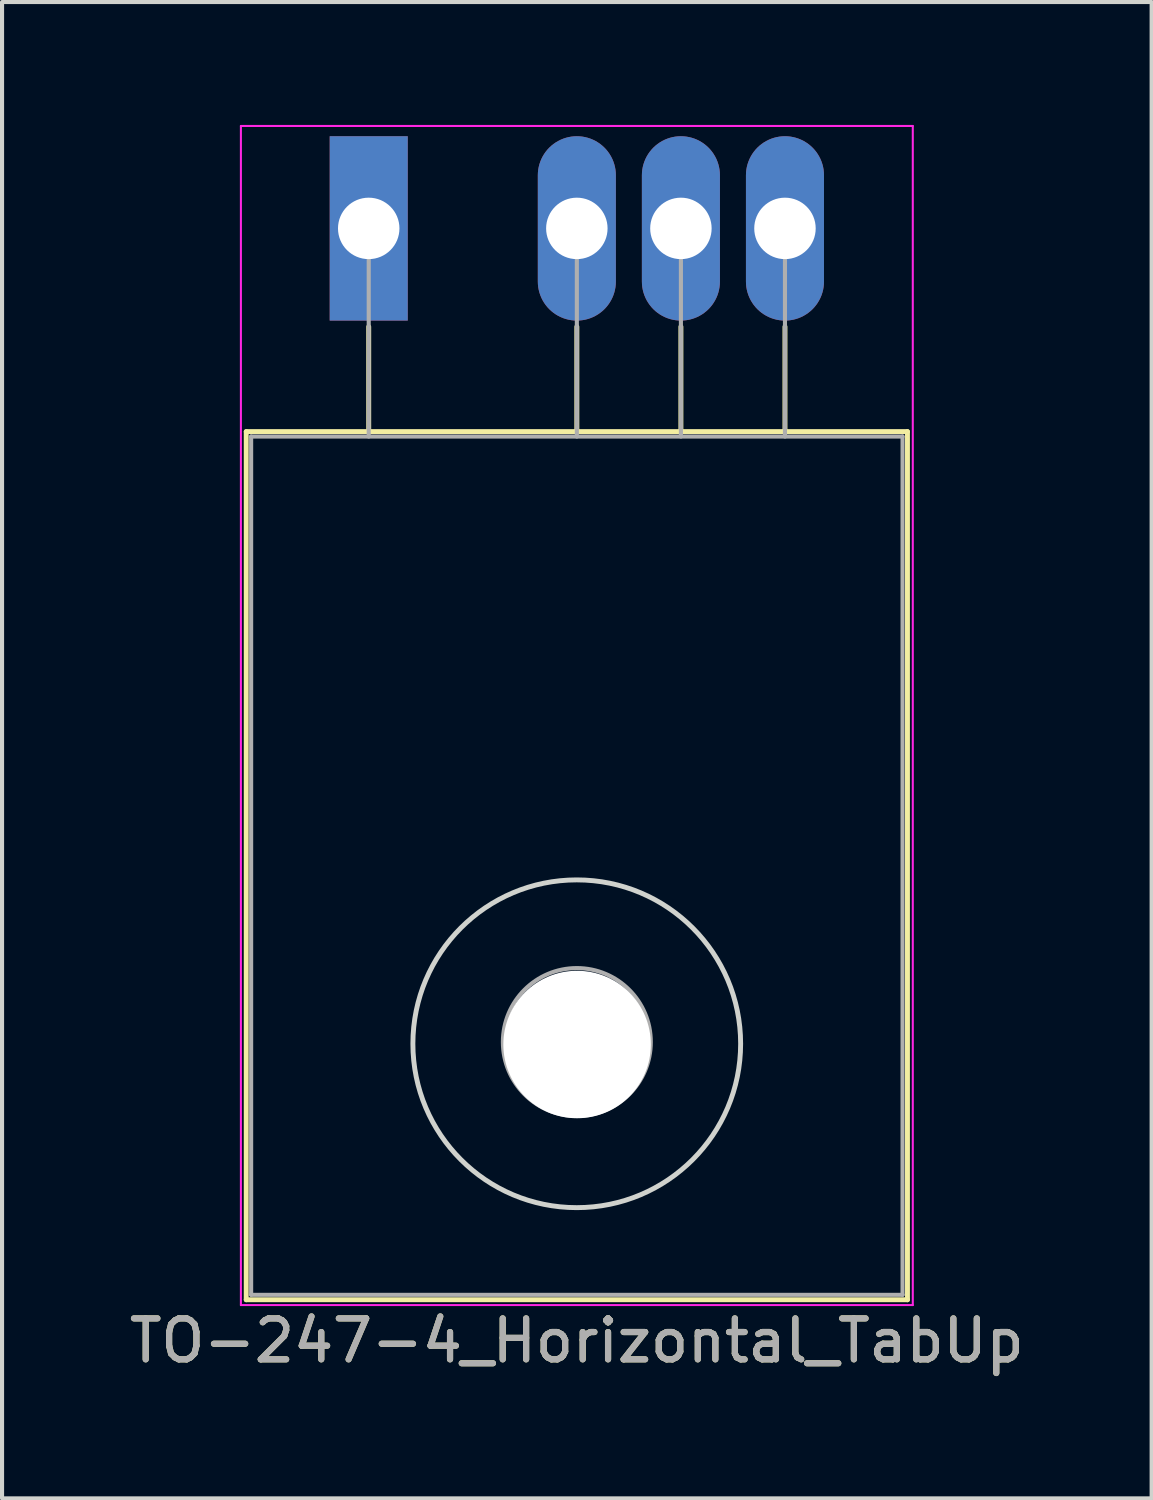
<source format=kicad_pcb>
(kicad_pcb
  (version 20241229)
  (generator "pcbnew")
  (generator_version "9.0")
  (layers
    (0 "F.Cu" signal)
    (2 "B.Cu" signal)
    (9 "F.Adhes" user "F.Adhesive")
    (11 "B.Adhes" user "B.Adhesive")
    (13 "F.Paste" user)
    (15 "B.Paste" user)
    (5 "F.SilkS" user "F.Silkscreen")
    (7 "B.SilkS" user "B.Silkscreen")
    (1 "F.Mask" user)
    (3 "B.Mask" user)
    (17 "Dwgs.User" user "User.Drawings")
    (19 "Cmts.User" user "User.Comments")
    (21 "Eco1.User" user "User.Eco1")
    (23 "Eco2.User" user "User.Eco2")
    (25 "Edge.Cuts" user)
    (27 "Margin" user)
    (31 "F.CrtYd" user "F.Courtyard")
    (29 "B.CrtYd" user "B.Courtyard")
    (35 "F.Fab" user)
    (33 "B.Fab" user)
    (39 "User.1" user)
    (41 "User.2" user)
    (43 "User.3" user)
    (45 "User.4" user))
  (footprint "TO-247-4_Horizontal_TabUp"
    (layer "F.Cu")
    (at 5.95 2.525)
    (property "Reference" "TO-247-4_Horizontal_TabUp" (at 5.08 27.15 180) (layer "F.SilkS") (effects (font (size 1 1) (thickness 0.15))))
    (attr through_hole)
    (fp_line (start -2.99 4.96) (end -2.99 26.15) (stroke (width 0.12) (type solid)) (layer "F.SilkS"))
    (fp_line (start -2.99 4.96) (end 13.15 4.96) (stroke (width 0.12) (type solid)) (layer "F.SilkS"))
    (fp_line (start -2.99 26.15) (end 13.15 26.15) (stroke (width 0.12) (type solid)) (layer "F.SilkS"))
    (fp_line (start 0 2.4) (end 0 4.96) (stroke (width 0.12) (type solid)) (layer "F.SilkS"))
    (fp_line (start 5.08 2.4) (end 5.08 4.96) (stroke (width 0.12) (type solid)) (layer "F.SilkS"))
    (fp_line (start 7.62 2.4) (end 7.62 4.96) (stroke (width 0.12) (type solid)) (layer "F.SilkS"))
    (fp_line (start 10.16 2.4) (end 10.16 4.96) (stroke (width 0.12) (type solid)) (layer "F.SilkS"))
    (fp_line (start 13.15 4.96) (end 13.15 26.15) (stroke (width 0.12) (type solid)) (layer "F.SilkS"))
    (fp_circle (center 5.078 19.902) (end 9.078 19.902) (stroke (width 0.12) (type solid)) (fill no) (layer "Edge.Cuts"))
    (fp_line (start -3.12 -2.5) (end -3.12 26.28) (stroke (width 0.05) (type solid)) (layer "F.CrtYd"))
    (fp_line (start -3.12 26.28) (end 13.28 26.28) (stroke (width 0.05) (type solid)) (layer "F.CrtYd"))
    (fp_line (start 13.28 -2.5) (end -3.12 -2.5) (stroke (width 0.05) (type solid)) (layer "F.CrtYd"))
    (fp_line (start 13.28 26.28) (end 13.28 -2.5) (stroke (width 0.05) (type solid)) (layer "F.CrtYd"))
    (fp_line (start -2.87 5.08) (end -2.87 26.03) (stroke (width 0.1) (type solid)) (layer "F.Fab"))
    (fp_line (start -2.87 26.03) (end 13.03 26.03) (stroke (width 0.1) (type solid)) (layer "F.Fab"))
    (fp_line (start 0 5.08) (end 0 0) (stroke (width 0.1) (type solid)) (layer "F.Fab"))
    (fp_line (start 5.08 5.08) (end 5.08 0) (stroke (width 0.1) (type solid)) (layer "F.Fab"))
    (fp_line (start 7.62 5.08) (end 7.62 0) (stroke (width 0.1) (type solid)) (layer "F.Fab"))
    (fp_line (start 10.16 5.08) (end 10.16 0) (stroke (width 0.1) (type solid)) (layer "F.Fab"))
    (fp_line (start 13.03 5.08) (end -2.87 5.08) (stroke (width 0.1) (type solid)) (layer "F.Fab"))
    (fp_line (start 13.03 26.03) (end 13.03 5.08) (stroke (width 0.1) (type solid)) (layer "F.Fab"))
    (fp_circle (center 5.08 19.86) (end 6.885 19.86) (stroke (width 0.1) (type solid)) (fill no) (layer "F.Fab"))
    (fp_text user "${REFERENCE}" (at 5.08 27.15 180) (layer "F.Fab") (effects (font (size 1 1) (thickness 0.15))))
    (pad "" np_thru_hole circle (at 5.086 19.92) (size 3.6 3.6) (drill 8) (layers "*.Cu" "*.Mask"))
    (pad "1" thru_hole rect (at 0 0) (size 1.905 4.5) (drill 1.5) (layers "*.Cu" "*.Mask"))
    (pad "2" thru_hole oval (at 5.08 0) (size 1.905 4.5) (drill 1.5) (layers "*.Cu" "*.Mask"))
    (pad "3" thru_hole oval (at 7.62 0) (size 1.905 4.5) (drill 1.5) (layers "*.Cu" "*.Mask"))
    (pad "4" thru_hole oval (at 10.16 0) (size 1.905 4.5) (drill 1.5) (layers "*.Cu" "*.Mask")))
  (gr_rect
    (start -3 -3)
    (end 25.06 33.523)
    (stroke (width 0.1) (type default))
    (fill no)
    (layer "Edge.Cuts")))
</source>
